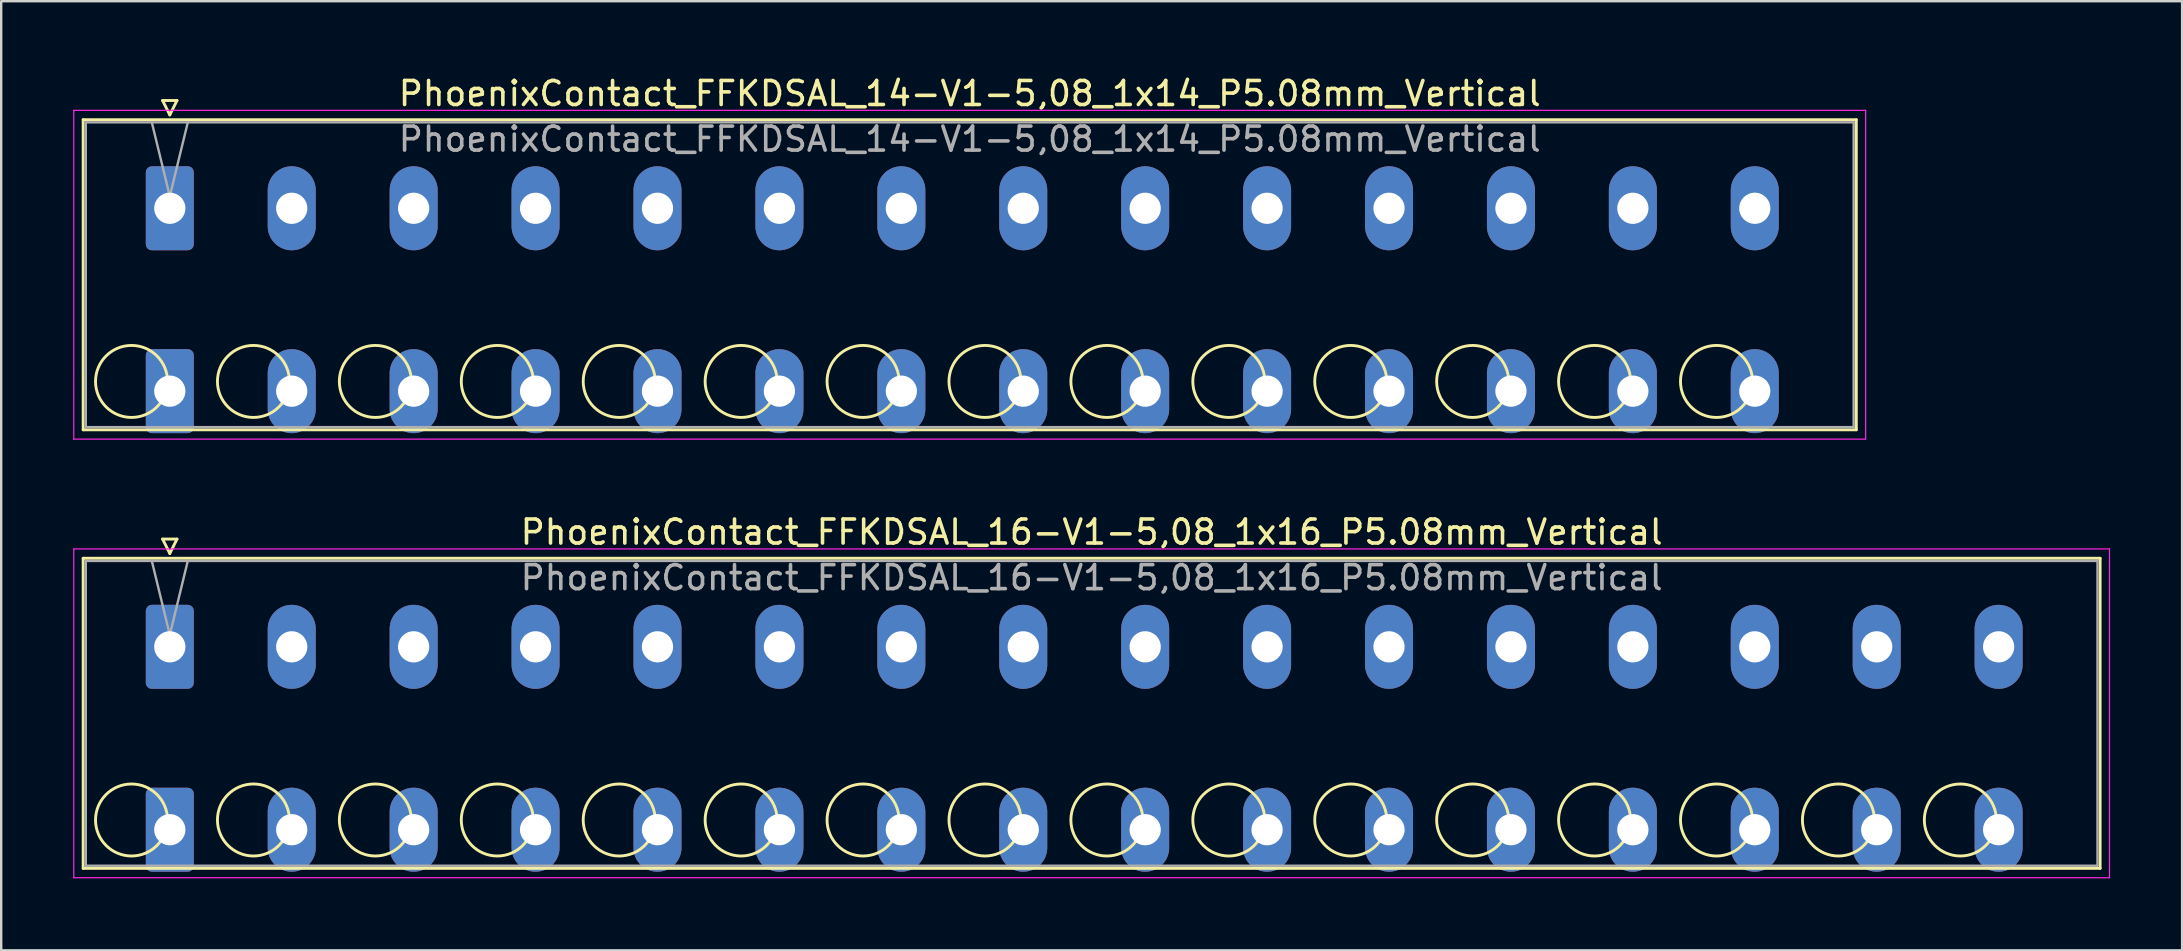
<source format=kicad_pcb>
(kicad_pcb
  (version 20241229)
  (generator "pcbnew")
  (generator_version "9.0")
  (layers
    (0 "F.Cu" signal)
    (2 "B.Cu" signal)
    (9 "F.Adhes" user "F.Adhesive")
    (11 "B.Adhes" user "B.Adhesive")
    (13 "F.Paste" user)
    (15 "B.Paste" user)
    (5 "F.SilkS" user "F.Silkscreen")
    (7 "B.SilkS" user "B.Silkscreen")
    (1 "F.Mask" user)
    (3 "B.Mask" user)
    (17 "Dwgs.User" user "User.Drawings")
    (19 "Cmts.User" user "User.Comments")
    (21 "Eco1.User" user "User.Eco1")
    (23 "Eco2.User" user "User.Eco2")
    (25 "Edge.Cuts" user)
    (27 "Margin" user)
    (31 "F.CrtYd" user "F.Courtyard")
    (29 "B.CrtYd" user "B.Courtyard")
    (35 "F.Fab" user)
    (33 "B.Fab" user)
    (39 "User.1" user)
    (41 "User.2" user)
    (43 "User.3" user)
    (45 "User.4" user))
  (footprint "PhoenixContact_FFKDSAL_16-V1-5,08_1x16_P5.08mm_Vertical"
    (layer "F.Cu")
    (at 4.025 23.901)
    (property "Reference" "PhoenixContact_FFKDSAL_16-V1-5,08_1x16_P5.08mm_Vertical" (at 38.41 -4.78 0) (layer "F.SilkS") (effects (font (size 1 1) (thickness 0.15))))
    (attr through_hole)
    (fp_line (start -3.61 -3.69) (end -3.61 9.23) (stroke (width 0.12) (type solid)) (layer "F.SilkS"))
    (fp_line (start -3.61 9.23) (end 80.43 9.23) (stroke (width 0.12) (type solid)) (layer "F.SilkS"))
    (fp_line (start -0.3 -4.49) (end 0.3 -4.49) (stroke (width 0.12) (type solid)) (layer "F.SilkS"))
    (fp_line (start 0 -3.89) (end -0.3 -4.49) (stroke (width 0.12) (type solid)) (layer "F.SilkS"))
    (fp_line (start 0.3 -4.49) (end 0 -3.89) (stroke (width 0.12) (type solid)) (layer "F.SilkS"))
    (fp_line (start 80.43 -3.69) (end -3.61 -3.69) (stroke (width 0.12) (type solid)) (layer "F.SilkS"))
    (fp_line (start 80.43 9.23) (end 80.43 -3.69) (stroke (width 0.12) (type solid)) (layer "F.SilkS"))
    (fp_circle (center -1.595 7.215) (end -0.095 7.215) (stroke (width 0.12) (type solid)) (fill no) (layer "F.SilkS"))
    (fp_circle (center 3.485 7.215) (end 4.985 7.215) (stroke (width 0.12) (type solid)) (fill no) (layer "F.SilkS"))
    (fp_circle (center 8.565 7.215) (end 10.065 7.215) (stroke (width 0.12) (type solid)) (fill no) (layer "F.SilkS"))
    (fp_circle (center 13.645 7.215) (end 15.145 7.215) (stroke (width 0.12) (type solid)) (fill no) (layer "F.SilkS"))
    (fp_circle (center 18.725 7.215) (end 20.225 7.215) (stroke (width 0.12) (type solid)) (fill no) (layer "F.SilkS"))
    (fp_circle (center 23.805 7.215) (end 25.305 7.215) (stroke (width 0.12) (type solid)) (fill no) (layer "F.SilkS"))
    (fp_circle (center 28.885 7.215) (end 30.385 7.215) (stroke (width 0.12) (type solid)) (fill no) (layer "F.SilkS"))
    (fp_circle (center 33.965 7.215) (end 35.465 7.215) (stroke (width 0.12) (type solid)) (fill no) (layer "F.SilkS"))
    (fp_circle (center 39.045 7.215) (end 40.545 7.215) (stroke (width 0.12) (type solid)) (fill no) (layer "F.SilkS"))
    (fp_circle (center 44.125 7.215) (end 45.625 7.215) (stroke (width 0.12) (type solid)) (fill no) (layer "F.SilkS"))
    (fp_circle (center 49.205 7.215) (end 50.705 7.215) (stroke (width 0.12) (type solid)) (fill no) (layer "F.SilkS"))
    (fp_circle (center 54.285 7.215) (end 55.785 7.215) (stroke (width 0.12) (type solid)) (fill no) (layer "F.SilkS"))
    (fp_circle (center 59.365 7.215) (end 60.865 7.215) (stroke (width 0.12) (type solid)) (fill no) (layer "F.SilkS"))
    (fp_circle (center 64.445 7.215) (end 65.945 7.215) (stroke (width 0.12) (type solid)) (fill no) (layer "F.SilkS"))
    (fp_circle (center 69.525 7.215) (end 71.025 7.215) (stroke (width 0.12) (type solid)) (fill no) (layer "F.SilkS"))
    (fp_circle (center 74.605 7.215) (end 76.105 7.215) (stroke (width 0.12) (type solid)) (fill no) (layer "F.SilkS"))
    (fp_line (start -4 -4.08) (end -4 9.62) (stroke (width 0.05) (type solid)) (layer "F.CrtYd"))
    (fp_line (start -4 9.62) (end 80.82 9.62) (stroke (width 0.05) (type solid)) (layer "F.CrtYd"))
    (fp_line (start 80.82 -4.08) (end -4 -4.08) (stroke (width 0.05) (type solid)) (layer "F.CrtYd"))
    (fp_line (start 80.82 9.62) (end 80.82 -4.08) (stroke (width 0.05) (type solid)) (layer "F.CrtYd"))
    (fp_line (start -3.5 -3.58) (end -3.5 9.12) (stroke (width 0.1) (type solid)) (layer "F.Fab"))
    (fp_line (start -3.5 9.12) (end 80.32 9.12) (stroke (width 0.1) (type solid)) (layer "F.Fab"))
    (fp_line (start 0 -0.5) (end -0.75 -3.58) (stroke (width 0.1) (type solid)) (layer "F.Fab"))
    (fp_line (start 0.75 -3.58) (end 0 -0.5) (stroke (width 0.1) (type solid)) (layer "F.Fab"))
    (fp_line (start 80.32 -3.58) (end -3.5 -3.58) (stroke (width 0.1) (type solid)) (layer "F.Fab"))
    (fp_line (start 80.32 9.12) (end 80.32 -3.58) (stroke (width 0.1) (type solid)) (layer "F.Fab"))
    (fp_text user "${REFERENCE}" (at 38.41 -2.88 0) (layer "F.Fab") (effects (font (size 1 1) (thickness 0.15))))
    (pad "1" thru_hole roundrect (at 0 0) (size 2 3.5) (drill 1.3) (layers "*.Cu" "*.Mask") (roundrect_rratio 0.125))
    (pad "1" thru_hole roundrect (at 0 7.62) (size 2 3.5) (drill 1.3) (layers "*.Cu" "*.Mask") (roundrect_rratio 0.125))
    (pad "2" thru_hole oval (at 5.08 0) (size 2 3.5) (drill 1.3) (layers "*.Cu" "*.Mask"))
    (pad "2" thru_hole oval (at 5.08 7.62) (size 2 3.5) (drill 1.3) (layers "*.Cu" "*.Mask"))
    (pad "3" thru_hole oval (at 10.16 0) (size 2 3.5) (drill 1.3) (layers "*.Cu" "*.Mask"))
    (pad "3" thru_hole oval (at 10.16 7.62) (size 2 3.5) (drill 1.3) (layers "*.Cu" "*.Mask"))
    (pad "4" thru_hole oval (at 15.24 0) (size 2 3.5) (drill 1.3) (layers "*.Cu" "*.Mask"))
    (pad "4" thru_hole oval (at 15.24 7.62) (size 2 3.5) (drill 1.3) (layers "*.Cu" "*.Mask"))
    (pad "5" thru_hole oval (at 20.32 0) (size 2 3.5) (drill 1.3) (layers "*.Cu" "*.Mask"))
    (pad "5" thru_hole oval (at 20.32 7.62) (size 2 3.5) (drill 1.3) (layers "*.Cu" "*.Mask"))
    (pad "6" thru_hole oval (at 25.4 0) (size 2 3.5) (drill 1.3) (layers "*.Cu" "*.Mask"))
    (pad "6" thru_hole oval (at 25.4 7.62) (size 2 3.5) (drill 1.3) (layers "*.Cu" "*.Mask"))
    (pad "7" thru_hole oval (at 30.48 0) (size 2 3.5) (drill 1.3) (layers "*.Cu" "*.Mask"))
    (pad "7" thru_hole oval (at 30.48 7.62) (size 2 3.5) (drill 1.3) (layers "*.Cu" "*.Mask"))
    (pad "8" thru_hole oval (at 35.56 0) (size 2 3.5) (drill 1.3) (layers "*.Cu" "*.Mask"))
    (pad "8" thru_hole oval (at 35.56 7.62) (size 2 3.5) (drill 1.3) (layers "*.Cu" "*.Mask"))
    (pad "9" thru_hole oval (at 40.64 0) (size 2 3.5) (drill 1.3) (layers "*.Cu" "*.Mask"))
    (pad "9" thru_hole oval (at 40.64 7.62) (size 2 3.5) (drill 1.3) (layers "*.Cu" "*.Mask"))
    (pad "10" thru_hole oval (at 45.72 0) (size 2 3.5) (drill 1.3) (layers "*.Cu" "*.Mask"))
    (pad "10" thru_hole oval (at 45.72 7.62) (size 2 3.5) (drill 1.3) (layers "*.Cu" "*.Mask"))
    (pad "11" thru_hole oval (at 50.8 0) (size 2 3.5) (drill 1.3) (layers "*.Cu" "*.Mask"))
    (pad "11" thru_hole oval (at 50.8 7.62) (size 2 3.5) (drill 1.3) (layers "*.Cu" "*.Mask"))
    (pad "12" thru_hole oval (at 55.88 0) (size 2 3.5) (drill 1.3) (layers "*.Cu" "*.Mask"))
    (pad "12" thru_hole oval (at 55.88 7.62) (size 2 3.5) (drill 1.3) (layers "*.Cu" "*.Mask"))
    (pad "13" thru_hole oval (at 60.96 0) (size 2 3.5) (drill 1.3) (layers "*.Cu" "*.Mask"))
    (pad "13" thru_hole oval (at 60.96 7.62) (size 2 3.5) (drill 1.3) (layers "*.Cu" "*.Mask"))
    (pad "14" thru_hole oval (at 66.04 0) (size 2 3.5) (drill 1.3) (layers "*.Cu" "*.Mask"))
    (pad "14" thru_hole oval (at 66.04 7.62) (size 2 3.5) (drill 1.3) (layers "*.Cu" "*.Mask"))
    (pad "15" thru_hole oval (at 71.12 0) (size 2 3.5) (drill 1.3) (layers "*.Cu" "*.Mask"))
    (pad "15" thru_hole oval (at 71.12 7.62) (size 2 3.5) (drill 1.3) (layers "*.Cu" "*.Mask"))
    (pad "16" thru_hole oval (at 76.2 0) (size 2 3.5) (drill 1.3) (layers "*.Cu" "*.Mask"))
    (pad "16" thru_hole oval (at 76.2 7.62) (size 2 3.5) (drill 1.3) (layers "*.Cu" "*.Mask")))
  (footprint "PhoenixContact_FFKDSAL_14-V1-5,08_1x14_P5.08mm_Vertical"
    (layer "F.Cu")
    (at 4.025 5.628)
    (property "Reference" "PhoenixContact_FFKDSAL_14-V1-5,08_1x14_P5.08mm_Vertical" (at 33.33 -4.78 0) (layer "F.SilkS") (effects (font (size 1 1) (thickness 0.15))))
    (attr through_hole)
    (fp_line (start -3.61 -3.69) (end -3.61 9.23) (stroke (width 0.12) (type solid)) (layer "F.SilkS"))
    (fp_line (start -3.61 9.23) (end 70.27 9.23) (stroke (width 0.12) (type solid)) (layer "F.SilkS"))
    (fp_line (start -0.3 -4.49) (end 0.3 -4.49) (stroke (width 0.12) (type solid)) (layer "F.SilkS"))
    (fp_line (start 0 -3.89) (end -0.3 -4.49) (stroke (width 0.12) (type solid)) (layer "F.SilkS"))
    (fp_line (start 0.3 -4.49) (end 0 -3.89) (stroke (width 0.12) (type solid)) (layer "F.SilkS"))
    (fp_line (start 70.27 -3.69) (end -3.61 -3.69) (stroke (width 0.12) (type solid)) (layer "F.SilkS"))
    (fp_line (start 70.27 9.23) (end 70.27 -3.69) (stroke (width 0.12) (type solid)) (layer "F.SilkS"))
    (fp_circle (center -1.595 7.215) (end -0.095 7.215) (stroke (width 0.12) (type solid)) (fill no) (layer "F.SilkS"))
    (fp_circle (center 3.485 7.215) (end 4.985 7.215) (stroke (width 0.12) (type solid)) (fill no) (layer "F.SilkS"))
    (fp_circle (center 8.565 7.215) (end 10.065 7.215) (stroke (width 0.12) (type solid)) (fill no) (layer "F.SilkS"))
    (fp_circle (center 13.645 7.215) (end 15.145 7.215) (stroke (width 0.12) (type solid)) (fill no) (layer "F.SilkS"))
    (fp_circle (center 18.725 7.215) (end 20.225 7.215) (stroke (width 0.12) (type solid)) (fill no) (layer "F.SilkS"))
    (fp_circle (center 23.805 7.215) (end 25.305 7.215) (stroke (width 0.12) (type solid)) (fill no) (layer "F.SilkS"))
    (fp_circle (center 28.885 7.215) (end 30.385 7.215) (stroke (width 0.12) (type solid)) (fill no) (layer "F.SilkS"))
    (fp_circle (center 33.965 7.215) (end 35.465 7.215) (stroke (width 0.12) (type solid)) (fill no) (layer "F.SilkS"))
    (fp_circle (center 39.045 7.215) (end 40.545 7.215) (stroke (width 0.12) (type solid)) (fill no) (layer "F.SilkS"))
    (fp_circle (center 44.125 7.215) (end 45.625 7.215) (stroke (width 0.12) (type solid)) (fill no) (layer "F.SilkS"))
    (fp_circle (center 49.205 7.215) (end 50.705 7.215) (stroke (width 0.12) (type solid)) (fill no) (layer "F.SilkS"))
    (fp_circle (center 54.285 7.215) (end 55.785 7.215) (stroke (width 0.12) (type solid)) (fill no) (layer "F.SilkS"))
    (fp_circle (center 59.365 7.215) (end 60.865 7.215) (stroke (width 0.12) (type solid)) (fill no) (layer "F.SilkS"))
    (fp_circle (center 64.445 7.215) (end 65.945 7.215) (stroke (width 0.12) (type solid)) (fill no) (layer "F.SilkS"))
    (fp_line (start -4 -4.08) (end -4 9.62) (stroke (width 0.05) (type solid)) (layer "F.CrtYd"))
    (fp_line (start -4 9.62) (end 70.66 9.62) (stroke (width 0.05) (type solid)) (layer "F.CrtYd"))
    (fp_line (start 70.66 -4.08) (end -4 -4.08) (stroke (width 0.05) (type solid)) (layer "F.CrtYd"))
    (fp_line (start 70.66 9.62) (end 70.66 -4.08) (stroke (width 0.05) (type solid)) (layer "F.CrtYd"))
    (fp_line (start -3.5 -3.58) (end -3.5 9.12) (stroke (width 0.1) (type solid)) (layer "F.Fab"))
    (fp_line (start -3.5 9.12) (end 70.16 9.12) (stroke (width 0.1) (type solid)) (layer "F.Fab"))
    (fp_line (start 0 -0.5) (end -0.75 -3.58) (stroke (width 0.1) (type solid)) (layer "F.Fab"))
    (fp_line (start 0.75 -3.58) (end 0 -0.5) (stroke (width 0.1) (type solid)) (layer "F.Fab"))
    (fp_line (start 70.16 -3.58) (end -3.5 -3.58) (stroke (width 0.1) (type solid)) (layer "F.Fab"))
    (fp_line (start 70.16 9.12) (end 70.16 -3.58) (stroke (width 0.1) (type solid)) (layer "F.Fab"))
    (fp_text user "${REFERENCE}" (at 33.33 -2.88 0) (layer "F.Fab") (effects (font (size 1 1) (thickness 0.15))))
    (pad "1" thru_hole roundrect (at 0 0) (size 2 3.5) (drill 1.3) (layers "*.Cu" "*.Mask") (roundrect_rratio 0.125))
    (pad "1" thru_hole roundrect (at 0 7.62) (size 2 3.5) (drill 1.3) (layers "*.Cu" "*.Mask") (roundrect_rratio 0.125))
    (pad "2" thru_hole oval (at 5.08 0) (size 2 3.5) (drill 1.3) (layers "*.Cu" "*.Mask"))
    (pad "2" thru_hole oval (at 5.08 7.62) (size 2 3.5) (drill 1.3) (layers "*.Cu" "*.Mask"))
    (pad "3" thru_hole oval (at 10.16 0) (size 2 3.5) (drill 1.3) (layers "*.Cu" "*.Mask"))
    (pad "3" thru_hole oval (at 10.16 7.62) (size 2 3.5) (drill 1.3) (layers "*.Cu" "*.Mask"))
    (pad "4" thru_hole oval (at 15.24 0) (size 2 3.5) (drill 1.3) (layers "*.Cu" "*.Mask"))
    (pad "4" thru_hole oval (at 15.24 7.62) (size 2 3.5) (drill 1.3) (layers "*.Cu" "*.Mask"))
    (pad "5" thru_hole oval (at 20.32 0) (size 2 3.5) (drill 1.3) (layers "*.Cu" "*.Mask"))
    (pad "5" thru_hole oval (at 20.32 7.62) (size 2 3.5) (drill 1.3) (layers "*.Cu" "*.Mask"))
    (pad "6" thru_hole oval (at 25.4 0) (size 2 3.5) (drill 1.3) (layers "*.Cu" "*.Mask"))
    (pad "6" thru_hole oval (at 25.4 7.62) (size 2 3.5) (drill 1.3) (layers "*.Cu" "*.Mask"))
    (pad "7" thru_hole oval (at 30.48 0) (size 2 3.5) (drill 1.3) (layers "*.Cu" "*.Mask"))
    (pad "7" thru_hole oval (at 30.48 7.62) (size 2 3.5) (drill 1.3) (layers "*.Cu" "*.Mask"))
    (pad "8" thru_hole oval (at 35.56 0) (size 2 3.5) (drill 1.3) (layers "*.Cu" "*.Mask"))
    (pad "8" thru_hole oval (at 35.56 7.62) (size 2 3.5) (drill 1.3) (layers "*.Cu" "*.Mask"))
    (pad "9" thru_hole oval (at 40.64 0) (size 2 3.5) (drill 1.3) (layers "*.Cu" "*.Mask"))
    (pad "9" thru_hole oval (at 40.64 7.62) (size 2 3.5) (drill 1.3) (layers "*.Cu" "*.Mask"))
    (pad "10" thru_hole oval (at 45.72 0) (size 2 3.5) (drill 1.3) (layers "*.Cu" "*.Mask"))
    (pad "10" thru_hole oval (at 45.72 7.62) (size 2 3.5) (drill 1.3) (layers "*.Cu" "*.Mask"))
    (pad "11" thru_hole oval (at 50.8 0) (size 2 3.5) (drill 1.3) (layers "*.Cu" "*.Mask"))
    (pad "11" thru_hole oval (at 50.8 7.62) (size 2 3.5) (drill 1.3) (layers "*.Cu" "*.Mask"))
    (pad "12" thru_hole oval (at 55.88 0) (size 2 3.5) (drill 1.3) (layers "*.Cu" "*.Mask"))
    (pad "12" thru_hole oval (at 55.88 7.62) (size 2 3.5) (drill 1.3) (layers "*.Cu" "*.Mask"))
    (pad "13" thru_hole oval (at 60.96 0) (size 2 3.5) (drill 1.3) (layers "*.Cu" "*.Mask"))
    (pad "13" thru_hole oval (at 60.96 7.62) (size 2 3.5) (drill 1.3) (layers "*.Cu" "*.Mask"))
    (pad "14" thru_hole oval (at 66.04 0) (size 2 3.5) (drill 1.3) (layers "*.Cu" "*.Mask"))
    (pad "14" thru_hole oval (at 66.04 7.62) (size 2 3.5) (drill 1.3) (layers "*.Cu" "*.Mask")))
  (gr_rect
    (start -3 -3)
    (end 87.87 36.547)
    (stroke (width 0.1) (type default))
    (fill no)
    (layer "Edge.Cuts")))
</source>
